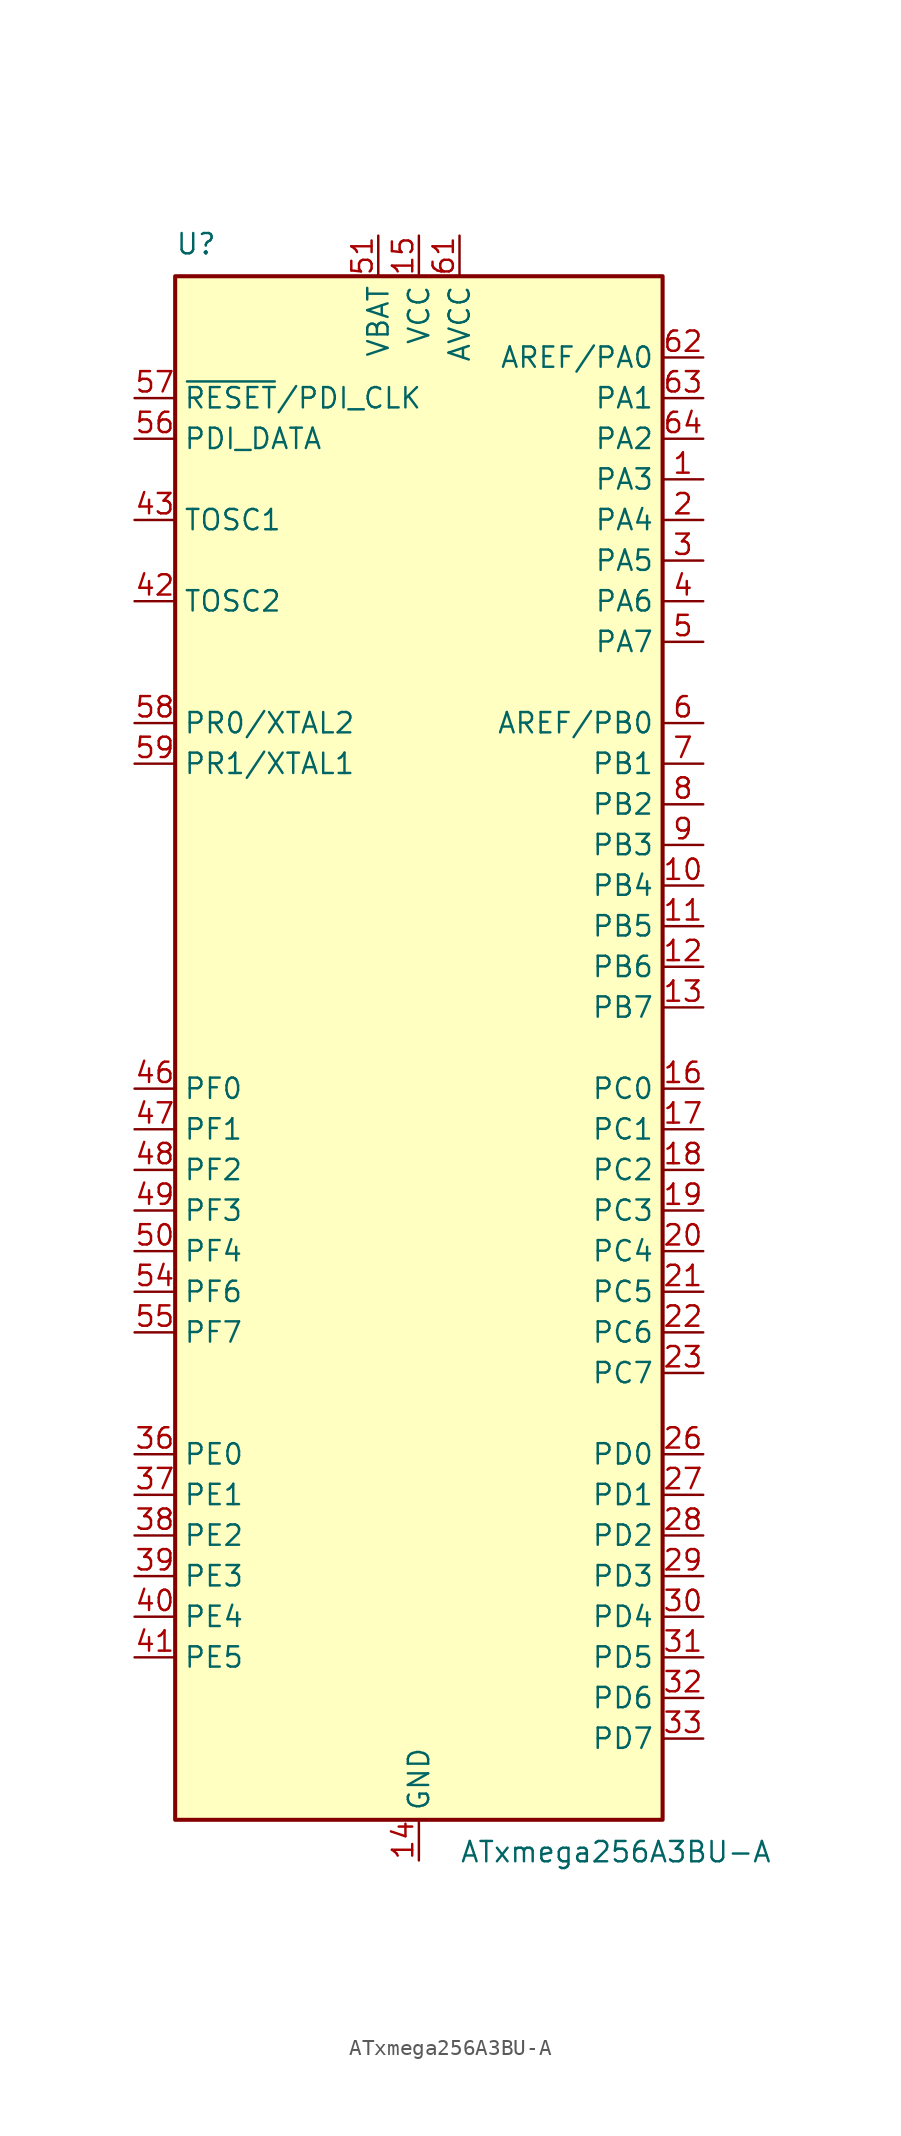
<source format=kicad_sym>
(kicad_symbol_lib
  (version 20241209)
  (generator "kicad_symbol_editor")
  (generator_version "9.0")
  (symbol "ATxmega256A3BU-A"
    (property "Reference" "U"
      (at -15.24 49.53 0)
      (effects (font (size 1.27 1.27)) (justify left bottom)))
    (property "Value" "ATxmega256A3BU-A"
      (at 2.54 -49.53 0)
      (effects (font (size 1.27 1.27)) (justify left top)))
    (symbol "ATxmega256A3BU-A_0_1"
      (rectangle (start -15.24 -48.26) (end 15.24 48.26) (stroke (width 0.254) (type default)) (fill (type background))))
    (symbol "ATxmega256A3BU-A_1_1"
      (pin input line (at -17.78 40.64 0) (length 2.54) (name "~{RESET}/PDI_CLK" (effects (font (size 1.27 1.27)))) (number "57" (effects (font (size 1.27 1.27)))))
      (pin bidirectional line (at -17.78 38.1 0) (length 2.54) (name "PDI_DATA" (effects (font (size 1.27 1.27)))) (number "56" (effects (font (size 1.27 1.27)))))
      (pin input line (at -17.78 33.02 0) (length 2.54) (name "TOSC1" (effects (font (size 1.27 1.27)))) (number "43" (effects (font (size 1.27 1.27)))))
      (pin passive line (at -17.78 27.94 0) (length 2.54) (name "TOSC2" (effects (font (size 1.27 1.27)))) (number "42" (effects (font (size 1.27 1.27)))))
      (pin bidirectional line (at -17.78 20.32 0) (length 2.54) (name "PR0/XTAL2" (effects (font (size 1.27 1.27)))) (number "58" (effects (font (size 1.27 1.27)))))
      (pin bidirectional line (at -17.78 17.78 0) (length 2.54) (name "PR1/XTAL1" (effects (font (size 1.27 1.27)))) (number "59" (effects (font (size 1.27 1.27)))))
      (pin bidirectional line (at -17.78 -2.54 0) (length 2.54) (name "PF0" (effects (font (size 1.27 1.27)))) (number "46" (effects (font (size 1.27 1.27)))))
      (pin bidirectional line (at -17.78 -5.08 0) (length 2.54) (name "PF1" (effects (font (size 1.27 1.27)))) (number "47" (effects (font (size 1.27 1.27)))))
      (pin bidirectional line (at -17.78 -7.62 0) (length 2.54) (name "PF2" (effects (font (size 1.27 1.27)))) (number "48" (effects (font (size 1.27 1.27)))))
      (pin bidirectional line (at -17.78 -10.16 0) (length 2.54) (name "PF3" (effects (font (size 1.27 1.27)))) (number "49" (effects (font (size 1.27 1.27)))))
      (pin bidirectional line (at -17.78 -12.7 0) (length 2.54) (name "PF4" (effects (font (size 1.27 1.27)))) (number "50" (effects (font (size 1.27 1.27)))))
      (pin bidirectional line (at -17.78 -15.24 0) (length 2.54) (name "PF6" (effects (font (size 1.27 1.27)))) (number "54" (effects (font (size 1.27 1.27)))))
      (pin bidirectional line (at -17.78 -17.78 0) (length 2.54) (name "PF7" (effects (font (size 1.27 1.27)))) (number "55" (effects (font (size 1.27 1.27)))))
      (pin bidirectional line (at -17.78 -25.4 0) (length 2.54) (name "PE0" (effects (font (size 1.27 1.27)))) (number "36" (effects (font (size 1.27 1.27)))))
      (pin bidirectional line (at -17.78 -27.94 0) (length 2.54) (name "PE1" (effects (font (size 1.27 1.27)))) (number "37" (effects (font (size 1.27 1.27)))))
      (pin bidirectional line (at -17.78 -30.48 0) (length 2.54) (name "PE2" (effects (font (size 1.27 1.27)))) (number "38" (effects (font (size 1.27 1.27)))))
      (pin bidirectional line (at -17.78 -33.02 0) (length 2.54) (name "PE3" (effects (font (size 1.27 1.27)))) (number "39" (effects (font (size 1.27 1.27)))))
      (pin bidirectional line (at -17.78 -35.56 0) (length 2.54) (name "PE4" (effects (font (size 1.27 1.27)))) (number "40" (effects (font (size 1.27 1.27)))))
      (pin bidirectional line (at -17.78 -38.1 0) (length 2.54) (name "PE5" (effects (font (size 1.27 1.27)))) (number "41" (effects (font (size 1.27 1.27)))))
      (pin power_in line (at -2.54 50.8 270) (length 2.54) (name "VBAT" (effects (font (size 1.27 1.27)))) (number "51" (effects (font (size 1.27 1.27)))))
      (pin power_in line (at 0 50.8 270) (length 2.54) (name "VCC" (effects (font (size 1.27 1.27)))) (number "15" (effects (font (size 1.27 1.27)))))
      (pin passive line (at 0 50.8 270) (length 2.54) (hide yes) (name "VCC" (effects (font (size 1.27 1.27)))) (number "25" (effects (font (size 1.27 1.27)))))
      (pin passive line (at 0 50.8 270) (length 2.54) (hide yes) (name "VCC" (effects (font (size 1.27 1.27)))) (number "35" (effects (font (size 1.27 1.27)))))
      (pin passive line (at 0 50.8 270) (length 2.54) (hide yes) (name "VCC" (effects (font (size 1.27 1.27)))) (number "45" (effects (font (size 1.27 1.27)))))
      (pin passive line (at 0 50.8 270) (length 2.54) (hide yes) (name "VCC" (effects (font (size 1.27 1.27)))) (number "53" (effects (font (size 1.27 1.27)))))
      (pin power_in line (at 0 -50.8 90) (length 2.54) (name "GND" (effects (font (size 1.27 1.27)))) (number "14" (effects (font (size 1.27 1.27)))))
      (pin passive line (at 0 -50.8 90) (length 2.54) (hide yes) (name "GND" (effects (font (size 1.27 1.27)))) (number "24" (effects (font (size 1.27 1.27)))))
      (pin passive line (at 0 -50.8 90) (length 2.54) (hide yes) (name "GND" (effects (font (size 1.27 1.27)))) (number "34" (effects (font (size 1.27 1.27)))))
      (pin passive line (at 0 -50.8 90) (length 2.54) (hide yes) (name "GND" (effects (font (size 1.27 1.27)))) (number "44" (effects (font (size 1.27 1.27)))))
      (pin passive line (at 0 -50.8 90) (length 2.54) (hide yes) (name "GND" (effects (font (size 1.27 1.27)))) (number "52" (effects (font (size 1.27 1.27)))))
      (pin passive line (at 0 -50.8 90) (length 2.54) (hide yes) (name "GND" (effects (font (size 1.27 1.27)))) (number "60" (effects (font (size 1.27 1.27)))))
      (pin power_in line (at 2.54 50.8 270) (length 2.54) (name "AVCC" (effects (font (size 1.27 1.27)))) (number "61" (effects (font (size 1.27 1.27)))))
      (pin bidirectional line (at 17.78 43.18 180) (length 2.54) (name "AREF/PA0" (effects (font (size 1.27 1.27)))) (number "62" (effects (font (size 1.27 1.27)))))
      (pin bidirectional line (at 17.78 40.64 180) (length 2.54) (name "PA1" (effects (font (size 1.27 1.27)))) (number "63" (effects (font (size 1.27 1.27)))))
      (pin bidirectional line (at 17.78 38.1 180) (length 2.54) (name "PA2" (effects (font (size 1.27 1.27)))) (number "64" (effects (font (size 1.27 1.27)))))
      (pin bidirectional line (at 17.78 35.56 180) (length 2.54) (name "PA3" (effects (font (size 1.27 1.27)))) (number "1" (effects (font (size 1.27 1.27)))))
      (pin bidirectional line (at 17.78 33.02 180) (length 2.54) (name "PA4" (effects (font (size 1.27 1.27)))) (number "2" (effects (font (size 1.27 1.27)))))
      (pin bidirectional line (at 17.78 30.48 180) (length 2.54) (name "PA5" (effects (font (size 1.27 1.27)))) (number "3" (effects (font (size 1.27 1.27)))))
      (pin bidirectional line (at 17.78 27.94 180) (length 2.54) (name "PA6" (effects (font (size 1.27 1.27)))) (number "4" (effects (font (size 1.27 1.27)))))
      (pin bidirectional line (at 17.78 25.4 180) (length 2.54) (name "PA7" (effects (font (size 1.27 1.27)))) (number "5" (effects (font (size 1.27 1.27)))))
      (pin bidirectional line (at 17.78 20.32 180) (length 2.54) (name "AREF/PB0" (effects (font (size 1.27 1.27)))) (number "6" (effects (font (size 1.27 1.27)))))
      (pin bidirectional line (at 17.78 17.78 180) (length 2.54) (name "PB1" (effects (font (size 1.27 1.27)))) (number "7" (effects (font (size 1.27 1.27)))))
      (pin bidirectional line (at 17.78 15.24 180) (length 2.54) (name "PB2" (effects (font (size 1.27 1.27)))) (number "8" (effects (font (size 1.27 1.27)))))
      (pin bidirectional line (at 17.78 12.7 180) (length 2.54) (name "PB3" (effects (font (size 1.27 1.27)))) (number "9" (effects (font (size 1.27 1.27)))))
      (pin bidirectional line (at 17.78 10.16 180) (length 2.54) (name "PB4" (effects (font (size 1.27 1.27)))) (number "10" (effects (font (size 1.27 1.27)))))
      (pin bidirectional line (at 17.78 7.62 180) (length 2.54) (name "PB5" (effects (font (size 1.27 1.27)))) (number "11" (effects (font (size 1.27 1.27)))))
      (pin bidirectional line (at 17.78 5.08 180) (length 2.54) (name "PB6" (effects (font (size 1.27 1.27)))) (number "12" (effects (font (size 1.27 1.27)))))
      (pin bidirectional line (at 17.78 2.54 180) (length 2.54) (name "PB7" (effects (font (size 1.27 1.27)))) (number "13" (effects (font (size 1.27 1.27)))))
      (pin bidirectional line (at 17.78 -2.54 180) (length 2.54) (name "PC0" (effects (font (size 1.27 1.27)))) (number "16" (effects (font (size 1.27 1.27)))))
      (pin bidirectional line (at 17.78 -5.08 180) (length 2.54) (name "PC1" (effects (font (size 1.27 1.27)))) (number "17" (effects (font (size 1.27 1.27)))))
      (pin bidirectional line (at 17.78 -7.62 180) (length 2.54) (name "PC2" (effects (font (size 1.27 1.27)))) (number "18" (effects (font (size 1.27 1.27)))))
      (pin bidirectional line (at 17.78 -10.16 180) (length 2.54) (name "PC3" (effects (font (size 1.27 1.27)))) (number "19" (effects (font (size 1.27 1.27)))))
      (pin bidirectional line (at 17.78 -12.7 180) (length 2.54) (name "PC4" (effects (font (size 1.27 1.27)))) (number "20" (effects (font (size 1.27 1.27)))))
      (pin bidirectional line (at 17.78 -15.24 180) (length 2.54) (name "PC5" (effects (font (size 1.27 1.27)))) (number "21" (effects (font (size 1.27 1.27)))))
      (pin bidirectional line (at 17.78 -17.78 180) (length 2.54) (name "PC6" (effects (font (size 1.27 1.27)))) (number "22" (effects (font (size 1.27 1.27)))))
      (pin bidirectional line (at 17.78 -20.32 180) (length 2.54) (name "PC7" (effects (font (size 1.27 1.27)))) (number "23" (effects (font (size 1.27 1.27)))))
      (pin bidirectional line (at 17.78 -25.4 180) (length 2.54) (name "PD0" (effects (font (size 1.27 1.27)))) (number "26" (effects (font (size 1.27 1.27)))))
      (pin bidirectional line (at 17.78 -27.94 180) (length 2.54) (name "PD1" (effects (font (size 1.27 1.27)))) (number "27" (effects (font (size 1.27 1.27)))))
      (pin bidirectional line (at 17.78 -30.48 180) (length 2.54) (name "PD2" (effects (font (size 1.27 1.27)))) (number "28" (effects (font (size 1.27 1.27)))))
      (pin bidirectional line (at 17.78 -33.02 180) (length 2.54) (name "PD3" (effects (font (size 1.27 1.27)))) (number "29" (effects (font (size 1.27 1.27)))))
      (pin bidirectional line (at 17.78 -35.56 180) (length 2.54) (name "PD4" (effects (font (size 1.27 1.27)))) (number "30" (effects (font (size 1.27 1.27)))))
      (pin bidirectional line (at 17.78 -38.1 180) (length 2.54) (name "PD5" (effects (font (size 1.27 1.27)))) (number "31" (effects (font (size 1.27 1.27)))))
      (pin bidirectional line (at 17.78 -40.64 180) (length 2.54) (name "PD6" (effects (font (size 1.27 1.27)))) (number "32" (effects (font (size 1.27 1.27)))))
      (pin bidirectional line (at 17.78 -43.18 180) (length 2.54) (name "PD7" (effects (font (size 1.27 1.27)))) (number "33" (effects (font (size 1.27 1.27))))))))
</source>
